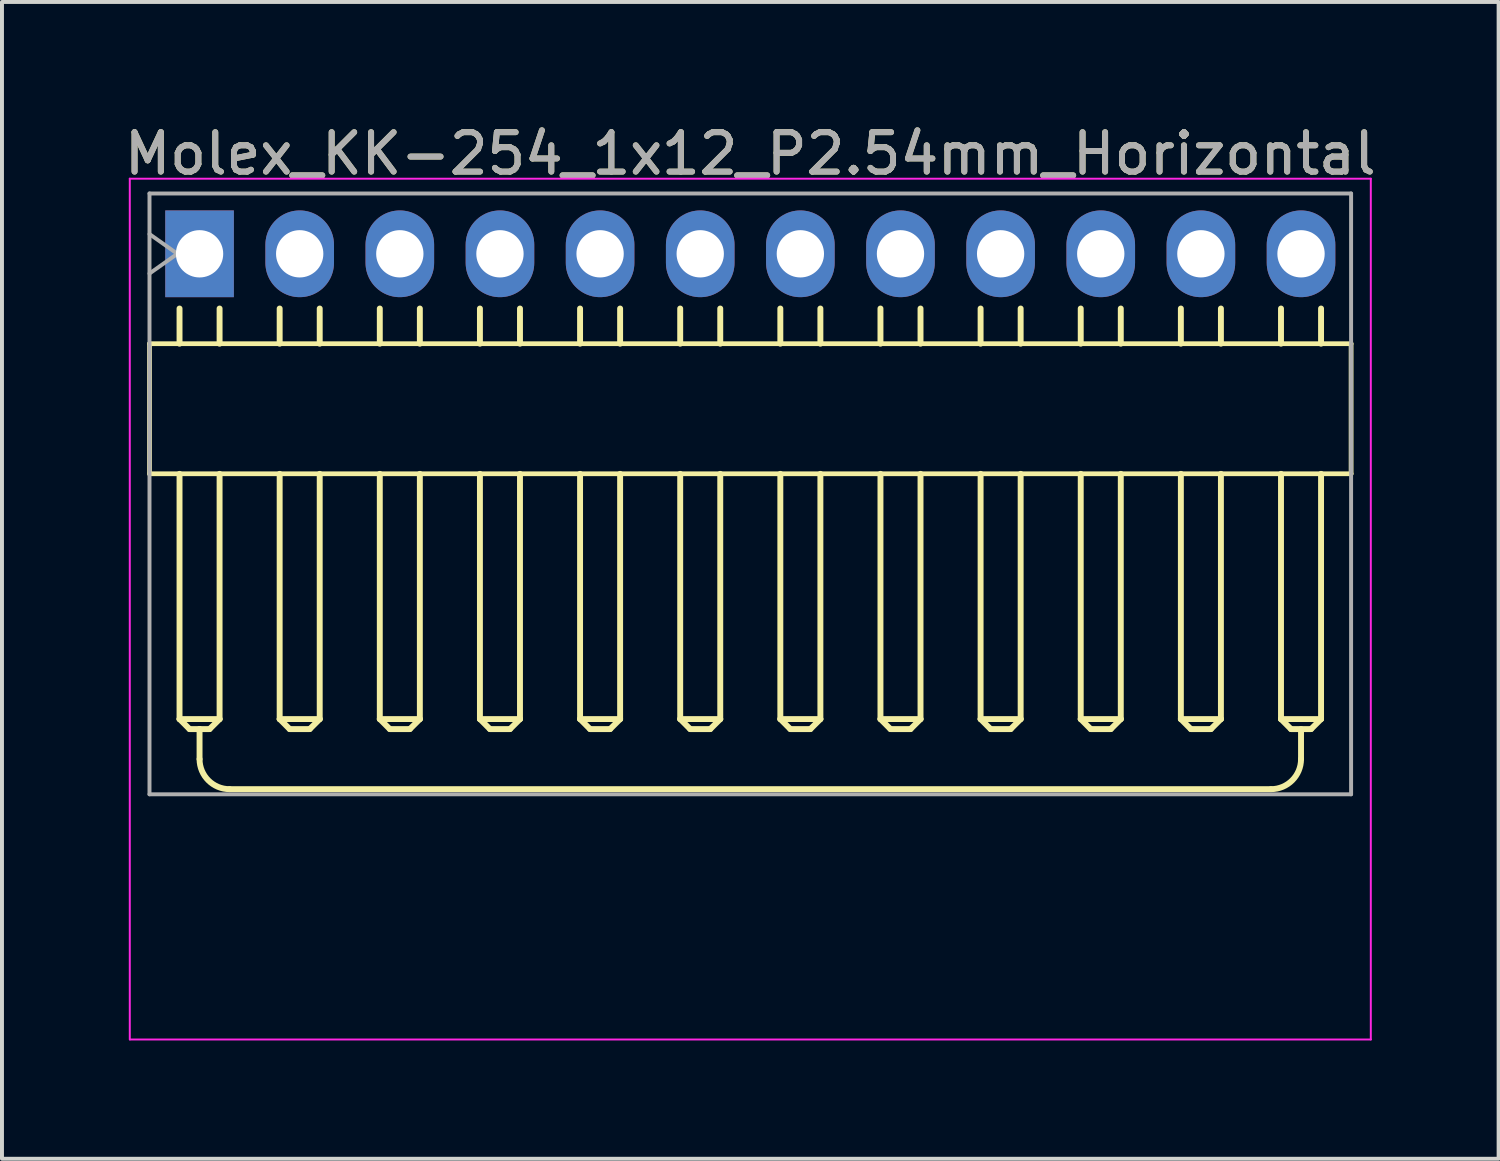
<source format=kicad_pcb>
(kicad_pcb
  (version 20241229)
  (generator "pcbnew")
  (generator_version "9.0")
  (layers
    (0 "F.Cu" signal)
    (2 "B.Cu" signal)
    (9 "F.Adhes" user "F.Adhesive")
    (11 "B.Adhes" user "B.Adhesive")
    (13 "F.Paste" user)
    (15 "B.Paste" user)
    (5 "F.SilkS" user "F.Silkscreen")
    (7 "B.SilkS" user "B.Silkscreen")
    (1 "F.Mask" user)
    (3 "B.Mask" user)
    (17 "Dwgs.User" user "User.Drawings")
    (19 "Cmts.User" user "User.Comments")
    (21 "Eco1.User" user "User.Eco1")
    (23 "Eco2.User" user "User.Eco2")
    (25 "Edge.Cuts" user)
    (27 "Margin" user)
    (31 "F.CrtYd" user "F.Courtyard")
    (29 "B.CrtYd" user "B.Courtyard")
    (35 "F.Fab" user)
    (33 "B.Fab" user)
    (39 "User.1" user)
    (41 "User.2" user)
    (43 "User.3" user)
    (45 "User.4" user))
  (footprint "Molex_KK-254_1x12_P2.54mm_Horizontal"
    (layer "F.Cu")
    (at 2.012 3.388)
    (property "Reference" "Molex_KK-254_1x12_P2.54mm_Horizontal" (at 13.97 -2.54 0) (layer "F.SilkS") (effects (font (size 1 1) (thickness 0.15))))
    (attr through_hole)
    (fp_line (start -1.27 2.28) (end -1.27 5.58) (stroke (width 0.12) (type solid)) (layer "F.SilkS"))
    (fp_line (start -1.27 2.28) (end 29.21 2.28) (stroke (width 0.12) (type solid)) (layer "F.SilkS"))
    (fp_line (start -0.508 1.388) (end -0.508 2.28) (stroke (width 0.15) (type solid)) (layer "F.SilkS"))
    (fp_line (start -0.508 11.802) (end -0.508 5.582) (stroke (width 0.15) (type solid)) (layer "F.SilkS"))
    (fp_line (start -0.508 11.802) (end 0.508 11.802) (stroke (width 0.15) (type solid)) (layer "F.SilkS"))
    (fp_line (start -0.254 12.056) (end -0.508 11.802) (stroke (width 0.15) (type solid)) (layer "F.SilkS"))
    (fp_line (start 0 12.056) (end -0.254 12.056) (stroke (width 0.15) (type solid)) (layer "F.SilkS"))
    (fp_line (start 0 12.056) (end 0 12.818) (stroke (width 0.15) (type solid)) (layer "F.SilkS"))
    (fp_line (start 0.254 12.056) (end 0 12.056) (stroke (width 0.15) (type solid)) (layer "F.SilkS"))
    (fp_line (start 0.508 2.28) (end 0.508 1.388) (stroke (width 0.15) (type solid)) (layer "F.SilkS"))
    (fp_line (start 0.508 5.582) (end 0.508 11.802) (stroke (width 0.15) (type solid)) (layer "F.SilkS"))
    (fp_line (start 0.508 11.802) (end 0.254 12.056) (stroke (width 0.15) (type solid)) (layer "F.SilkS"))
    (fp_line (start 0.762 13.58) (end 27.178 13.58) (stroke (width 0.15) (type solid)) (layer "F.SilkS"))
    (fp_line (start 2.032 2.28) (end 2.032 1.388) (stroke (width 0.15) (type solid)) (layer "F.SilkS"))
    (fp_line (start 2.032 5.582) (end 2.032 11.802) (stroke (width 0.15) (type solid)) (layer "F.SilkS"))
    (fp_line (start 2.032 11.802) (end 2.286 12.056) (stroke (width 0.15) (type solid)) (layer "F.SilkS"))
    (fp_line (start 2.286 12.056) (end 2.794 12.056) (stroke (width 0.15) (type solid)) (layer "F.SilkS"))
    (fp_line (start 2.794 12.056) (end 3.048 11.802) (stroke (width 0.15) (type solid)) (layer "F.SilkS"))
    (fp_line (start 3.048 2.28) (end 3.048 1.388) (stroke (width 0.15) (type solid)) (layer "F.SilkS"))
    (fp_line (start 3.048 11.802) (end 2.032 11.802) (stroke (width 0.15) (type solid)) (layer "F.SilkS"))
    (fp_line (start 3.048 11.802) (end 3.048 5.582) (stroke (width 0.15) (type solid)) (layer "F.SilkS"))
    (fp_line (start 4.572 2.28) (end 4.572 1.388) (stroke (width 0.15) (type solid)) (layer "F.SilkS"))
    (fp_line (start 4.572 5.582) (end 4.572 11.802) (stroke (width 0.15) (type solid)) (layer "F.SilkS"))
    (fp_line (start 4.572 11.802) (end 4.826 12.056) (stroke (width 0.15) (type solid)) (layer "F.SilkS"))
    (fp_line (start 4.826 12.056) (end 5.334 12.056) (stroke (width 0.15) (type solid)) (layer "F.SilkS"))
    (fp_line (start 5.334 12.056) (end 5.588 11.802) (stroke (width 0.15) (type solid)) (layer "F.SilkS"))
    (fp_line (start 5.588 2.28) (end 5.588 1.388) (stroke (width 0.15) (type solid)) (layer "F.SilkS"))
    (fp_line (start 5.588 11.802) (end 4.572 11.802) (stroke (width 0.15) (type solid)) (layer "F.SilkS"))
    (fp_line (start 5.588 11.802) (end 5.588 5.582) (stroke (width 0.15) (type solid)) (layer "F.SilkS"))
    (fp_line (start 7.112 2.28) (end 7.112 1.388) (stroke (width 0.15) (type solid)) (layer "F.SilkS"))
    (fp_line (start 7.112 5.582) (end 7.112 11.802) (stroke (width 0.15) (type solid)) (layer "F.SilkS"))
    (fp_line (start 7.112 11.802) (end 7.366 12.056) (stroke (width 0.15) (type solid)) (layer "F.SilkS"))
    (fp_line (start 7.366 12.056) (end 7.874 12.056) (stroke (width 0.15) (type solid)) (layer "F.SilkS"))
    (fp_line (start 7.874 12.056) (end 8.128 11.802) (stroke (width 0.15) (type solid)) (layer "F.SilkS"))
    (fp_line (start 8.128 2.28) (end 8.128 1.388) (stroke (width 0.15) (type solid)) (layer "F.SilkS"))
    (fp_line (start 8.128 11.802) (end 7.112 11.802) (stroke (width 0.15) (type solid)) (layer "F.SilkS"))
    (fp_line (start 8.128 11.802) (end 8.128 5.582) (stroke (width 0.15) (type solid)) (layer "F.SilkS"))
    (fp_line (start 9.652 2.28) (end 9.652 1.388) (stroke (width 0.15) (type solid)) (layer "F.SilkS"))
    (fp_line (start 9.652 5.582) (end 9.652 11.802) (stroke (width 0.15) (type solid)) (layer "F.SilkS"))
    (fp_line (start 9.652 11.802) (end 9.906 12.056) (stroke (width 0.15) (type solid)) (layer "F.SilkS"))
    (fp_line (start 9.906 12.056) (end 10.414 12.056) (stroke (width 0.15) (type solid)) (layer "F.SilkS"))
    (fp_line (start 10.414 12.056) (end 10.668 11.802) (stroke (width 0.15) (type solid)) (layer "F.SilkS"))
    (fp_line (start 10.668 2.28) (end 10.668 1.388) (stroke (width 0.15) (type solid)) (layer "F.SilkS"))
    (fp_line (start 10.668 11.802) (end 9.652 11.802) (stroke (width 0.15) (type solid)) (layer "F.SilkS"))
    (fp_line (start 10.668 11.802) (end 10.668 5.582) (stroke (width 0.15) (type solid)) (layer "F.SilkS"))
    (fp_line (start 12.192 2.28) (end 12.192 1.388) (stroke (width 0.15) (type solid)) (layer "F.SilkS"))
    (fp_line (start 12.192 5.582) (end 12.192 11.802) (stroke (width 0.15) (type solid)) (layer "F.SilkS"))
    (fp_line (start 12.192 11.802) (end 12.446 12.056) (stroke (width 0.15) (type solid)) (layer "F.SilkS"))
    (fp_line (start 12.446 12.056) (end 12.954 12.056) (stroke (width 0.15) (type solid)) (layer "F.SilkS"))
    (fp_line (start 12.954 12.056) (end 13.208 11.802) (stroke (width 0.15) (type solid)) (layer "F.SilkS"))
    (fp_line (start 13.208 2.28) (end 13.208 1.388) (stroke (width 0.15) (type solid)) (layer "F.SilkS"))
    (fp_line (start 13.208 11.802) (end 12.192 11.802) (stroke (width 0.15) (type solid)) (layer "F.SilkS"))
    (fp_line (start 13.208 11.802) (end 13.208 5.582) (stroke (width 0.15) (type solid)) (layer "F.SilkS"))
    (fp_line (start 14.732 2.28) (end 14.732 1.388) (stroke (width 0.15) (type solid)) (layer "F.SilkS"))
    (fp_line (start 14.732 5.582) (end 14.732 11.802) (stroke (width 0.15) (type solid)) (layer "F.SilkS"))
    (fp_line (start 14.732 11.802) (end 14.986 12.056) (stroke (width 0.15) (type solid)) (layer "F.SilkS"))
    (fp_line (start 14.986 12.056) (end 15.494 12.056) (stroke (width 0.15) (type solid)) (layer "F.SilkS"))
    (fp_line (start 15.494 12.056) (end 15.748 11.802) (stroke (width 0.15) (type solid)) (layer "F.SilkS"))
    (fp_line (start 15.748 2.28) (end 15.748 1.388) (stroke (width 0.15) (type solid)) (layer "F.SilkS"))
    (fp_line (start 15.748 11.802) (end 14.732 11.802) (stroke (width 0.15) (type solid)) (layer "F.SilkS"))
    (fp_line (start 15.748 11.802) (end 15.748 5.582) (stroke (width 0.15) (type solid)) (layer "F.SilkS"))
    (fp_line (start 17.272 2.28) (end 17.272 1.388) (stroke (width 0.15) (type solid)) (layer "F.SilkS"))
    (fp_line (start 17.272 5.582) (end 17.272 11.802) (stroke (width 0.15) (type solid)) (layer "F.SilkS"))
    (fp_line (start 17.272 11.802) (end 17.526 12.056) (stroke (width 0.15) (type solid)) (layer "F.SilkS"))
    (fp_line (start 17.526 12.056) (end 18.034 12.056) (stroke (width 0.15) (type solid)) (layer "F.SilkS"))
    (fp_line (start 18.034 12.056) (end 18.288 11.802) (stroke (width 0.15) (type solid)) (layer "F.SilkS"))
    (fp_line (start 18.288 2.28) (end 18.288 1.388) (stroke (width 0.15) (type solid)) (layer "F.SilkS"))
    (fp_line (start 18.288 11.802) (end 17.272 11.802) (stroke (width 0.15) (type solid)) (layer "F.SilkS"))
    (fp_line (start 18.288 11.802) (end 18.288 5.582) (stroke (width 0.15) (type solid)) (layer "F.SilkS"))
    (fp_line (start 19.812 2.28) (end 19.812 1.388) (stroke (width 0.15) (type solid)) (layer "F.SilkS"))
    (fp_line (start 19.812 5.582) (end 19.812 11.802) (stroke (width 0.15) (type solid)) (layer "F.SilkS"))
    (fp_line (start 19.812 11.802) (end 20.066 12.056) (stroke (width 0.15) (type solid)) (layer "F.SilkS"))
    (fp_line (start 20.066 12.056) (end 20.574 12.056) (stroke (width 0.15) (type solid)) (layer "F.SilkS"))
    (fp_line (start 20.574 12.056) (end 20.828 11.802) (stroke (width 0.15) (type solid)) (layer "F.SilkS"))
    (fp_line (start 20.828 2.28) (end 20.828 1.388) (stroke (width 0.15) (type solid)) (layer "F.SilkS"))
    (fp_line (start 20.828 11.802) (end 19.812 11.802) (stroke (width 0.15) (type solid)) (layer "F.SilkS"))
    (fp_line (start 20.828 11.802) (end 20.828 5.582) (stroke (width 0.15) (type solid)) (layer "F.SilkS"))
    (fp_line (start 22.352 2.28) (end 22.352 1.388) (stroke (width 0.15) (type solid)) (layer "F.SilkS"))
    (fp_line (start 22.352 5.582) (end 22.352 11.802) (stroke (width 0.15) (type solid)) (layer "F.SilkS"))
    (fp_line (start 22.352 11.802) (end 22.606 12.056) (stroke (width 0.15) (type solid)) (layer "F.SilkS"))
    (fp_line (start 22.606 12.056) (end 23.114 12.056) (stroke (width 0.15) (type solid)) (layer "F.SilkS"))
    (fp_line (start 23.114 12.056) (end 23.368 11.802) (stroke (width 0.15) (type solid)) (layer "F.SilkS"))
    (fp_line (start 23.368 2.28) (end 23.368 1.388) (stroke (width 0.15) (type solid)) (layer "F.SilkS"))
    (fp_line (start 23.368 11.802) (end 22.352 11.802) (stroke (width 0.15) (type solid)) (layer "F.SilkS"))
    (fp_line (start 23.368 11.802) (end 23.368 5.582) (stroke (width 0.15) (type solid)) (layer "F.SilkS"))
    (fp_line (start 24.892 2.28) (end 24.892 1.388) (stroke (width 0.15) (type solid)) (layer "F.SilkS"))
    (fp_line (start 24.892 5.582) (end 24.892 11.802) (stroke (width 0.15) (type solid)) (layer "F.SilkS"))
    (fp_line (start 24.892 11.802) (end 25.146 12.056) (stroke (width 0.15) (type solid)) (layer "F.SilkS"))
    (fp_line (start 25.146 12.056) (end 25.654 12.056) (stroke (width 0.15) (type solid)) (layer "F.SilkS"))
    (fp_line (start 25.654 12.056) (end 25.908 11.802) (stroke (width 0.15) (type solid)) (layer "F.SilkS"))
    (fp_line (start 25.908 2.28) (end 25.908 1.388) (stroke (width 0.15) (type solid)) (layer "F.SilkS"))
    (fp_line (start 25.908 11.802) (end 24.892 11.802) (stroke (width 0.15) (type solid)) (layer "F.SilkS"))
    (fp_line (start 25.908 11.802) (end 25.908 5.582) (stroke (width 0.15) (type solid)) (layer "F.SilkS"))
    (fp_line (start 27.432 2.28) (end 27.432 1.388) (stroke (width 0.15) (type solid)) (layer "F.SilkS"))
    (fp_line (start 27.432 5.582) (end 27.432 11.802) (stroke (width 0.15) (type solid)) (layer "F.SilkS"))
    (fp_line (start 27.432 11.802) (end 27.686 12.056) (stroke (width 0.15) (type solid)) (layer "F.SilkS"))
    (fp_line (start 27.686 12.056) (end 28.194 12.056) (stroke (width 0.15) (type solid)) (layer "F.SilkS"))
    (fp_line (start 27.94 12.056) (end 27.94 12.818) (stroke (width 0.15) (type solid)) (layer "F.SilkS"))
    (fp_line (start 28.194 12.056) (end 28.448 11.802) (stroke (width 0.15) (type solid)) (layer "F.SilkS"))
    (fp_line (start 28.448 2.28) (end 28.448 1.388) (stroke (width 0.15) (type solid)) (layer "F.SilkS"))
    (fp_line (start 28.448 11.802) (end 27.432 11.802) (stroke (width 0.15) (type solid)) (layer "F.SilkS"))
    (fp_line (start 28.448 11.802) (end 28.448 5.582) (stroke (width 0.15) (type solid)) (layer "F.SilkS"))
    (fp_line (start 29.21 2.28) (end 29.21 5.58) (stroke (width 0.12) (type solid)) (layer "F.SilkS"))
    (fp_line (start 29.21 5.58) (end -1.27 5.58) (stroke (width 0.12) (type solid)) (layer "F.SilkS"))
    (fp_arc (start 0.762 13.58) (mid 0.223185 13.356815) (end 0 12.818) (stroke (width 0.15) (type solid)) (layer "F.SilkS"))
    (fp_arc (start 27.94 12.818) (mid 27.716815 13.356815) (end 27.178 13.58) (stroke (width 0.15) (type solid)) (layer "F.SilkS"))
    (fp_line (start -1.77 -1.905) (end -1.77 19.93) (stroke (width 0.05) (type solid)) (layer "F.CrtYd"))
    (fp_line (start -1.762 19.93) (end 29.71 19.93) (stroke (width 0.05) (type solid)) (layer "F.CrtYd"))
    (fp_line (start 29.71 -1.905) (end -1.77 -1.905) (stroke (width 0.05) (type solid)) (layer "F.CrtYd"))
    (fp_line (start 29.71 19.93) (end 29.71 -1.905) (stroke (width 0.05) (type solid)) (layer "F.CrtYd"))
    (fp_line (start -1.27 -1.53) (end -1.27 13.71) (stroke (width 0.1) (type solid)) (layer "F.Fab"))
    (fp_line (start -1.27 -0.5) (end -0.563 0) (stroke (width 0.1) (type solid)) (layer "F.Fab"))
    (fp_line (start -1.27 13.71) (end 29.21 13.71) (stroke (width 0.1) (type solid)) (layer "F.Fab"))
    (fp_line (start -0.563 0) (end -1.27 0.5) (stroke (width 0.1) (type solid)) (layer "F.Fab"))
    (fp_line (start 29.21 -1.53) (end -1.27 -1.53) (stroke (width 0.1) (type solid)) (layer "F.Fab"))
    (fp_line (start 29.21 13.71) (end 29.21 -1.53) (stroke (width 0.1) (type solid)) (layer "F.Fab"))
    (fp_text user "${REFERENCE}" (at 13.97 -2.54 0) (layer "F.Fab") (effects (font (size 1 1) (thickness 0.15))))
    (pad "1" thru_hole rect (at 0 0) (size 1.74 2.2) (drill 1.2) (layers "*.Cu" "*.Mask"))
    (pad "2" thru_hole oval (at 2.54 0) (size 1.74 2.2) (drill 1.2) (layers "*.Cu" "*.Mask"))
    (pad "3" thru_hole oval (at 5.08 0) (size 1.74 2.2) (drill 1.2) (layers "*.Cu" "*.Mask"))
    (pad "4" thru_hole oval (at 7.62 0) (size 1.74 2.2) (drill 1.2) (layers "*.Cu" "*.Mask"))
    (pad "5" thru_hole oval (at 10.16 0) (size 1.74 2.2) (drill 1.2) (layers "*.Cu" "*.Mask"))
    (pad "6" thru_hole oval (at 12.7 0) (size 1.74 2.2) (drill 1.2) (layers "*.Cu" "*.Mask"))
    (pad "7" thru_hole oval (at 15.24 0) (size 1.74 2.2) (drill 1.2) (layers "*.Cu" "*.Mask"))
    (pad "8" thru_hole oval (at 17.78 0) (size 1.74 2.2) (drill 1.2) (layers "*.Cu" "*.Mask"))
    (pad "9" thru_hole oval (at 20.32 0) (size 1.74 2.2) (drill 1.2) (layers "*.Cu" "*.Mask"))
    (pad "10" thru_hole oval (at 22.86 0) (size 1.74 2.2) (drill 1.2) (layers "*.Cu" "*.Mask"))
    (pad "11" thru_hole oval (at 25.4 0) (size 1.74 2.2) (drill 1.2) (layers "*.Cu" "*.Mask"))
    (pad "12" thru_hole oval (at 27.94 0) (size 1.74 2.2) (drill 1.2) (layers "*.Cu" "*.Mask")))
  (gr_rect
    (start -3 -3)
    (end 34.964 26.343)
    (stroke (width 0.1) (type default))
    (fill no)
    (layer "Edge.Cuts")))
</source>
